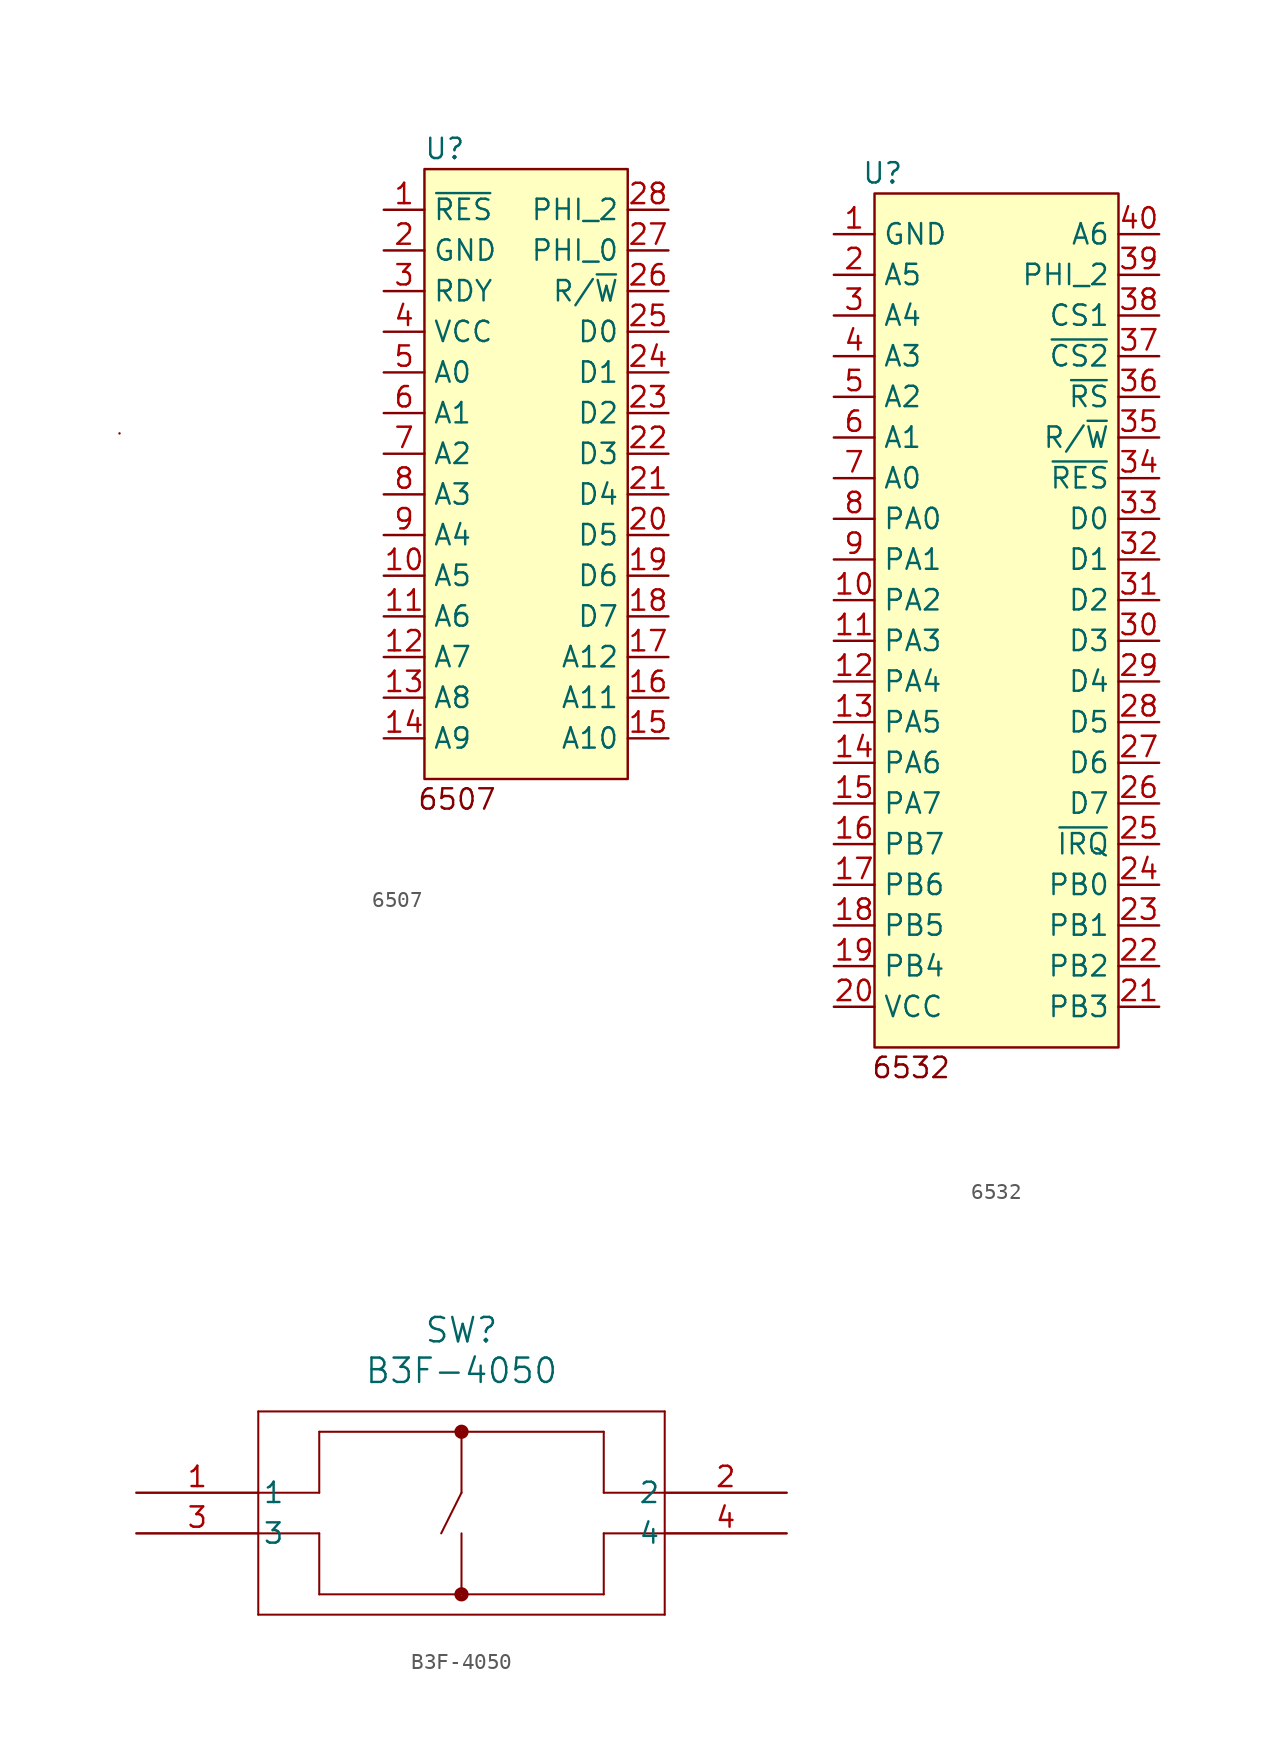
<source format=kicad_sym>
(kicad_symbol_lib
  (version 20231120)
  (generator "kicad_symbol_editor")
  (generator_version "8.0")
  (symbol "6507"
    (property "Reference" "U"
      (at 0 0 0)
      (effects (font (size 1.27 1.27))))
    (property "Value" ""
      (at 0 0 0)
      (effects (font (size 1.27 1.27))))
    (symbol "6507_0_1"
      (rectangle (start -20.32 -17.78) (end -20.32 -17.78) (stroke (width 0) (type default)) (fill (type none))))
    (symbol "6507_1_1"
      (rectangle (start -1.27 -1.27) (end 11.43 -39.37) (stroke (width 0) (type default)) (fill (type background)))
      (text "6507" (at 0.762 -40.64 0) (effects (font (size 1.27 1.27))))
      (pin input line (at -3.81 -3.81 0) (length 2.54) (name "~{RES}" (effects (font (size 1.27 1.27)))) (number "1" (effects (font (size 1.27 1.27)))))
      (pin output line (at -3.81 -26.67 0) (length 2.54) (name "A5" (effects (font (size 1.27 1.27)))) (number "10" (effects (font (size 1.27 1.27)))))
      (pin output line (at -3.81 -29.21 0) (length 2.54) (name "A6" (effects (font (size 1.27 1.27)))) (number "11" (effects (font (size 1.27 1.27)))))
      (pin output line (at -3.81 -31.75 0) (length 2.54) (name "A7" (effects (font (size 1.27 1.27)))) (number "12" (effects (font (size 1.27 1.27)))))
      (pin output line (at -3.81 -34.29 0) (length 2.54) (name "A8" (effects (font (size 1.27 1.27)))) (number "13" (effects (font (size 1.27 1.27)))))
      (pin output line (at -3.81 -36.83 0) (length 2.54) (name "A9" (effects (font (size 1.27 1.27)))) (number "14" (effects (font (size 1.27 1.27)))))
      (pin output line (at 13.97 -36.83 180) (length 2.54) (name "A10" (effects (font (size 1.27 1.27)))) (number "15" (effects (font (size 1.27 1.27)))))
      (pin output line (at 13.97 -34.29 180) (length 2.54) (name "A11" (effects (font (size 1.27 1.27)))) (number "16" (effects (font (size 1.27 1.27)))))
      (pin output line (at 13.97 -31.75 180) (length 2.54) (name "A12" (effects (font (size 1.27 1.27)))) (number "17" (effects (font (size 1.27 1.27)))))
      (pin bidirectional line (at 13.97 -29.21 180) (length 2.54) (name "D7" (effects (font (size 1.27 1.27)))) (number "18" (effects (font (size 1.27 1.27)))))
      (pin bidirectional line (at 13.97 -26.67 180) (length 2.54) (name "D6" (effects (font (size 1.27 1.27)))) (number "19" (effects (font (size 1.27 1.27)))))
      (pin power_in line (at -3.81 -6.35 0) (length 2.54) (name "GND" (effects (font (size 1.27 1.27)))) (number "2" (effects (font (size 1.27 1.27)))))
      (pin bidirectional line (at 13.97 -24.13 180) (length 2.54) (name "D5" (effects (font (size 1.27 1.27)))) (number "20" (effects (font (size 1.27 1.27)))))
      (pin bidirectional line (at 13.97 -21.59 180) (length 2.54) (name "D4" (effects (font (size 1.27 1.27)))) (number "21" (effects (font (size 1.27 1.27)))))
      (pin bidirectional line (at 13.97 -19.05 180) (length 2.54) (name "D3" (effects (font (size 1.27 1.27)))) (number "22" (effects (font (size 1.27 1.27)))))
      (pin bidirectional line (at 13.97 -16.51 180) (length 2.54) (name "D2" (effects (font (size 1.27 1.27)))) (number "23" (effects (font (size 1.27 1.27)))))
      (pin bidirectional line (at 13.97 -13.97 180) (length 2.54) (name "D1" (effects (font (size 1.27 1.27)))) (number "24" (effects (font (size 1.27 1.27)))))
      (pin bidirectional line (at 13.97 -11.43 180) (length 2.54) (name "D0" (effects (font (size 1.27 1.27)))) (number "25" (effects (font (size 1.27 1.27)))))
      (pin output line (at 13.97 -8.89 180) (length 2.54) (name "R/~{W}" (effects (font (size 1.27 1.27)))) (number "26" (effects (font (size 1.27 1.27)))))
      (pin input line (at 13.97 -6.35 180) (length 2.54) (name "PHI_0" (effects (font (size 1.27 1.27)))) (number "27" (effects (font (size 1.27 1.27)))))
      (pin output line (at 13.97 -3.81 180) (length 2.54) (name "PHI_2" (effects (font (size 1.27 1.27)))) (number "28" (effects (font (size 1.27 1.27)))))
      (pin input line (at -3.81 -8.89 0) (length 2.54) (name "RDY" (effects (font (size 1.27 1.27)))) (number "3" (effects (font (size 1.27 1.27)))))
      (pin power_in line (at -3.81 -11.43 0) (length 2.54) (name "VCC" (effects (font (size 1.27 1.27)))) (number "4" (effects (font (size 1.27 1.27)))))
      (pin output line (at -3.81 -13.97 0) (length 2.54) (name "A0" (effects (font (size 1.27 1.27)))) (number "5" (effects (font (size 1.27 1.27)))))
      (pin output line (at -3.81 -16.51 0) (length 2.54) (name "A1" (effects (font (size 1.27 1.27)))) (number "6" (effects (font (size 1.27 1.27)))))
      (pin output line (at -3.81 -19.05 0) (length 2.54) (name "A2" (effects (font (size 1.27 1.27)))) (number "7" (effects (font (size 1.27 1.27)))))
      (pin output line (at -3.81 -21.59 0) (length 2.54) (name "A3" (effects (font (size 1.27 1.27)))) (number "8" (effects (font (size 1.27 1.27)))))
      (pin output line (at -3.81 -24.13 0) (length 2.54) (name "A4" (effects (font (size 1.27 1.27)))) (number "9" (effects (font (size 1.27 1.27)))))))
  (symbol "6532"
    (property "Reference" "U"
      (at 0.508 1.27 0)
      (effects (font (size 1.27 1.27))))
    (property "Value" ""
      (at -2.54 0 0)
      (effects (font (size 1.27 1.27))))
    (symbol "6532_1_1"
      (rectangle (start 0 0) (end 15.24 -53.34) (stroke (width 0) (type default)) (fill (type background)))
      (text "6532" (at 2.286 -54.61 0) (effects (font (size 1.27 1.27))))
      (pin power_in line (at -2.54 -2.54 0) (length 2.54) (name "GND" (effects (font (size 1.27 1.27)))) (number "1" (effects (font (size 1.27 1.27)))))
      (pin bidirectional line (at -2.54 -25.4 0) (length 2.54) (name "PA2" (effects (font (size 1.27 1.27)))) (number "10" (effects (font (size 1.27 1.27)))))
      (pin bidirectional line (at -2.54 -27.94 0) (length 2.54) (name "PA3" (effects (font (size 1.27 1.27)))) (number "11" (effects (font (size 1.27 1.27)))))
      (pin bidirectional line (at -2.54 -30.48 0) (length 2.54) (name "PA4" (effects (font (size 1.27 1.27)))) (number "12" (effects (font (size 1.27 1.27)))))
      (pin bidirectional line (at -2.54 -33.02 0) (length 2.54) (name "PA5" (effects (font (size 1.27 1.27)))) (number "13" (effects (font (size 1.27 1.27)))))
      (pin bidirectional line (at -2.54 -35.56 0) (length 2.54) (name "PA6" (effects (font (size 1.27 1.27)))) (number "14" (effects (font (size 1.27 1.27)))))
      (pin bidirectional line (at -2.54 -38.1 0) (length 2.54) (name "PA7" (effects (font (size 1.27 1.27)))) (number "15" (effects (font (size 1.27 1.27)))))
      (pin bidirectional line (at -2.54 -40.64 0) (length 2.54) (name "PB7" (effects (font (size 1.27 1.27)))) (number "16" (effects (font (size 1.27 1.27)))))
      (pin bidirectional line (at -2.54 -43.18 0) (length 2.54) (name "PB6" (effects (font (size 1.27 1.27)))) (number "17" (effects (font (size 1.27 1.27)))))
      (pin bidirectional line (at -2.54 -45.72 0) (length 2.54) (name "PB5" (effects (font (size 1.27 1.27)))) (number "18" (effects (font (size 1.27 1.27)))))
      (pin bidirectional line (at -2.54 -48.26 0) (length 2.54) (name "PB4" (effects (font (size 1.27 1.27)))) (number "19" (effects (font (size 1.27 1.27)))))
      (pin input line (at -2.54 -5.08 0) (length 2.54) (name "A5" (effects (font (size 1.27 1.27)))) (number "2" (effects (font (size 1.27 1.27)))))
      (pin power_in line (at -2.54 -50.8 0) (length 2.54) (name "VCC" (effects (font (size 1.27 1.27)))) (number "20" (effects (font (size 1.27 1.27)))))
      (pin bidirectional line (at 17.78 -50.8 180) (length 2.54) (name "PB3" (effects (font (size 1.27 1.27)))) (number "21" (effects (font (size 1.27 1.27)))))
      (pin bidirectional line (at 17.78 -48.26 180) (length 2.54) (name "PB2" (effects (font (size 1.27 1.27)))) (number "22" (effects (font (size 1.27 1.27)))))
      (pin bidirectional line (at 17.78 -45.72 180) (length 2.54) (name "PB1" (effects (font (size 1.27 1.27)))) (number "23" (effects (font (size 1.27 1.27)))))
      (pin bidirectional line (at 17.78 -43.18 180) (length 2.54) (name "PB0" (effects (font (size 1.27 1.27)))) (number "24" (effects (font (size 1.27 1.27)))))
      (pin open_collector line (at 17.78 -40.64 180) (length 2.54) (name "~{IRQ}" (effects (font (size 1.27 1.27)))) (number "25" (effects (font (size 1.27 1.27)))))
      (pin bidirectional line (at 17.78 -38.1 180) (length 2.54) (name "D7" (effects (font (size 1.27 1.27)))) (number "26" (effects (font (size 1.27 1.27)))))
      (pin bidirectional line (at 17.78 -35.56 180) (length 2.54) (name "D6" (effects (font (size 1.27 1.27)))) (number "27" (effects (font (size 1.27 1.27)))))
      (pin bidirectional line (at 17.78 -33.02 180) (length 2.54) (name "D5" (effects (font (size 1.27 1.27)))) (number "28" (effects (font (size 1.27 1.27)))))
      (pin bidirectional line (at 17.78 -30.48 180) (length 2.54) (name "D4" (effects (font (size 1.27 1.27)))) (number "29" (effects (font (size 1.27 1.27)))))
      (pin input line (at -2.54 -7.62 0) (length 2.54) (name "A4" (effects (font (size 1.27 1.27)))) (number "3" (effects (font (size 1.27 1.27)))))
      (pin bidirectional line (at 17.78 -27.94 180) (length 2.54) (name "D3" (effects (font (size 1.27 1.27)))) (number "30" (effects (font (size 1.27 1.27)))))
      (pin bidirectional line (at 17.78 -25.4 180) (length 2.54) (name "D2" (effects (font (size 1.27 1.27)))) (number "31" (effects (font (size 1.27 1.27)))))
      (pin bidirectional line (at 17.78 -22.86 180) (length 2.54) (name "D1" (effects (font (size 1.27 1.27)))) (number "32" (effects (font (size 1.27 1.27)))))
      (pin bidirectional line (at 17.78 -20.32 180) (length 2.54) (name "D0" (effects (font (size 1.27 1.27)))) (number "33" (effects (font (size 1.27 1.27)))))
      (pin input line (at 17.78 -17.78 180) (length 2.54) (name "~{RES}" (effects (font (size 1.27 1.27)))) (number "34" (effects (font (size 1.27 1.27)))))
      (pin input line (at 17.78 -15.24 180) (length 2.54) (name "R/~{W}" (effects (font (size 1.27 1.27)))) (number "35" (effects (font (size 1.27 1.27)))))
      (pin input line (at 17.78 -12.7 180) (length 2.54) (name "~{RS}" (effects (font (size 1.27 1.27)))) (number "36" (effects (font (size 1.27 1.27)))))
      (pin input line (at 17.78 -10.16 180) (length 2.54) (name "~{CS2}" (effects (font (size 1.27 1.27)))) (number "37" (effects (font (size 1.27 1.27)))))
      (pin input line (at 17.78 -7.62 180) (length 2.54) (name "CS1" (effects (font (size 1.27 1.27)))) (number "38" (effects (font (size 1.27 1.27)))))
      (pin input line (at 17.78 -5.08 180) (length 2.54) (name "PHI_2" (effects (font (size 1.27 1.27)))) (number "39" (effects (font (size 1.27 1.27)))))
      (pin input line (at -2.54 -10.16 0) (length 2.54) (name "A3" (effects (font (size 1.27 1.27)))) (number "4" (effects (font (size 1.27 1.27)))))
      (pin input line (at 17.78 -2.54 180) (length 2.54) (name "A6" (effects (font (size 1.27 1.27)))) (number "40" (effects (font (size 1.27 1.27)))))
      (pin input line (at -2.54 -12.7 0) (length 2.54) (name "A2" (effects (font (size 1.27 1.27)))) (number "5" (effects (font (size 1.27 1.27)))))
      (pin input line (at -2.54 -15.24 0) (length 2.54) (name "A1" (effects (font (size 1.27 1.27)))) (number "6" (effects (font (size 1.27 1.27)))))
      (pin input line (at -2.54 -17.78 0) (length 2.54) (name "A0" (effects (font (size 1.27 1.27)))) (number "7" (effects (font (size 1.27 1.27)))))
      (pin bidirectional line (at -2.54 -20.32 0) (length 2.54) (name "PA0" (effects (font (size 1.27 1.27)))) (number "8" (effects (font (size 1.27 1.27)))))
      (pin bidirectional line (at -2.54 -22.86 0) (length 2.54) (name "PA1" (effects (font (size 1.27 1.27)))) (number "9" (effects (font (size 1.27 1.27)))))))
  (symbol "B3F-4050"
    (pin_names
      (offset 0.254))
    (property "Reference" "SW"
      (at 20.32 10.16 0)
      (effects (font (size 1.524 1.524))))
    (property "Value" "B3F-4050"
      (at 20.32 7.62 0)
      (effects (font (size 1.524 1.524))))
    (property "ki_locked" ""
      (at 0 0 0)
      (effects (font (size 1.27 1.27))))
    (symbol "B3F-4050_0_1"
      (polyline (pts (xy 7.62 -7.62) (xy 33.02 -7.62)) (stroke (width 0.127) (type default)) (fill (type none)))
      (polyline (pts (xy 7.62 -2.54) (xy 11.43 -2.54)) (stroke (width 0.127) (type default)) (fill (type none)))
      (polyline (pts (xy 7.62 0) (xy 11.43 0)) (stroke (width 0.127) (type default)) (fill (type none)))
      (polyline (pts (xy 7.62 5.08) (xy 7.62 -7.62)) (stroke (width 0.127) (type default)) (fill (type none)))
      (polyline (pts (xy 11.43 -6.35) (xy 29.21 -6.35)) (stroke (width 0.127) (type default)) (fill (type none)))
      (polyline (pts (xy 11.43 -2.54) (xy 11.43 -6.35)) (stroke (width 0.127) (type default)) (fill (type none)))
      (polyline (pts (xy 11.43 0) (xy 11.43 3.81)) (stroke (width 0.127) (type default)) (fill (type none)))
      (polyline (pts (xy 20.32 -2.54) (xy 20.32 -6.35)) (stroke (width 0.127) (type default)) (fill (type none)))
      (polyline (pts (xy 20.32 0) (xy 19.05 -2.54)) (stroke (width 0.127) (type default)) (fill (type none)))
      (polyline (pts (xy 20.32 3.81) (xy 20.32 0)) (stroke (width 0.127) (type default)) (fill (type none)))
      (polyline (pts (xy 29.21 -6.35) (xy 29.21 -2.54)) (stroke (width 0.127) (type default)) (fill (type none)))
      (polyline (pts (xy 29.21 -2.54) (xy 33.02 -2.54)) (stroke (width 0.127) (type default)) (fill (type none)))
      (polyline (pts (xy 29.21 0) (xy 29.21 3.81)) (stroke (width 0.127) (type default)) (fill (type none)))
      (polyline (pts (xy 29.21 3.81) (xy 11.43 3.81)) (stroke (width 0.127) (type default)) (fill (type none)))
      (polyline (pts (xy 33.02 -7.62) (xy 33.02 5.08)) (stroke (width 0.127) (type default)) (fill (type none)))
      (polyline (pts (xy 33.02 0) (xy 29.21 0)) (stroke (width 0.127) (type default)) (fill (type none)))
      (polyline (pts (xy 33.02 5.08) (xy 7.62 5.08)) (stroke (width 0.127) (type default)) (fill (type none)))
      (circle (center 20.32 -6.35) (radius 0.254) (stroke (width 0.381) (type default)) (fill (type none)))
      (circle (center 20.32 3.81) (radius 0.254) (stroke (width 0.381) (type default)) (fill (type none)))
      (pin unspecified line (at 0 0 0) (length 7.62) (name "1" (effects (font (size 1.27 1.27)))) (number "1" (effects (font (size 1.27 1.27)))))
      (pin unspecified line (at 40.64 0 180) (length 7.62) (name "2" (effects (font (size 1.27 1.27)))) (number "2" (effects (font (size 1.27 1.27)))))
      (pin unspecified line (at 0 -2.54 0) (length 7.62) (name "3" (effects (font (size 1.27 1.27)))) (number "3" (effects (font (size 1.27 1.27)))))
      (pin unspecified line (at 40.64 -2.54 180) (length 7.62) (name "4" (effects (font (size 1.27 1.27)))) (number "4" (effects (font (size 1.27 1.27))))))))
</source>
